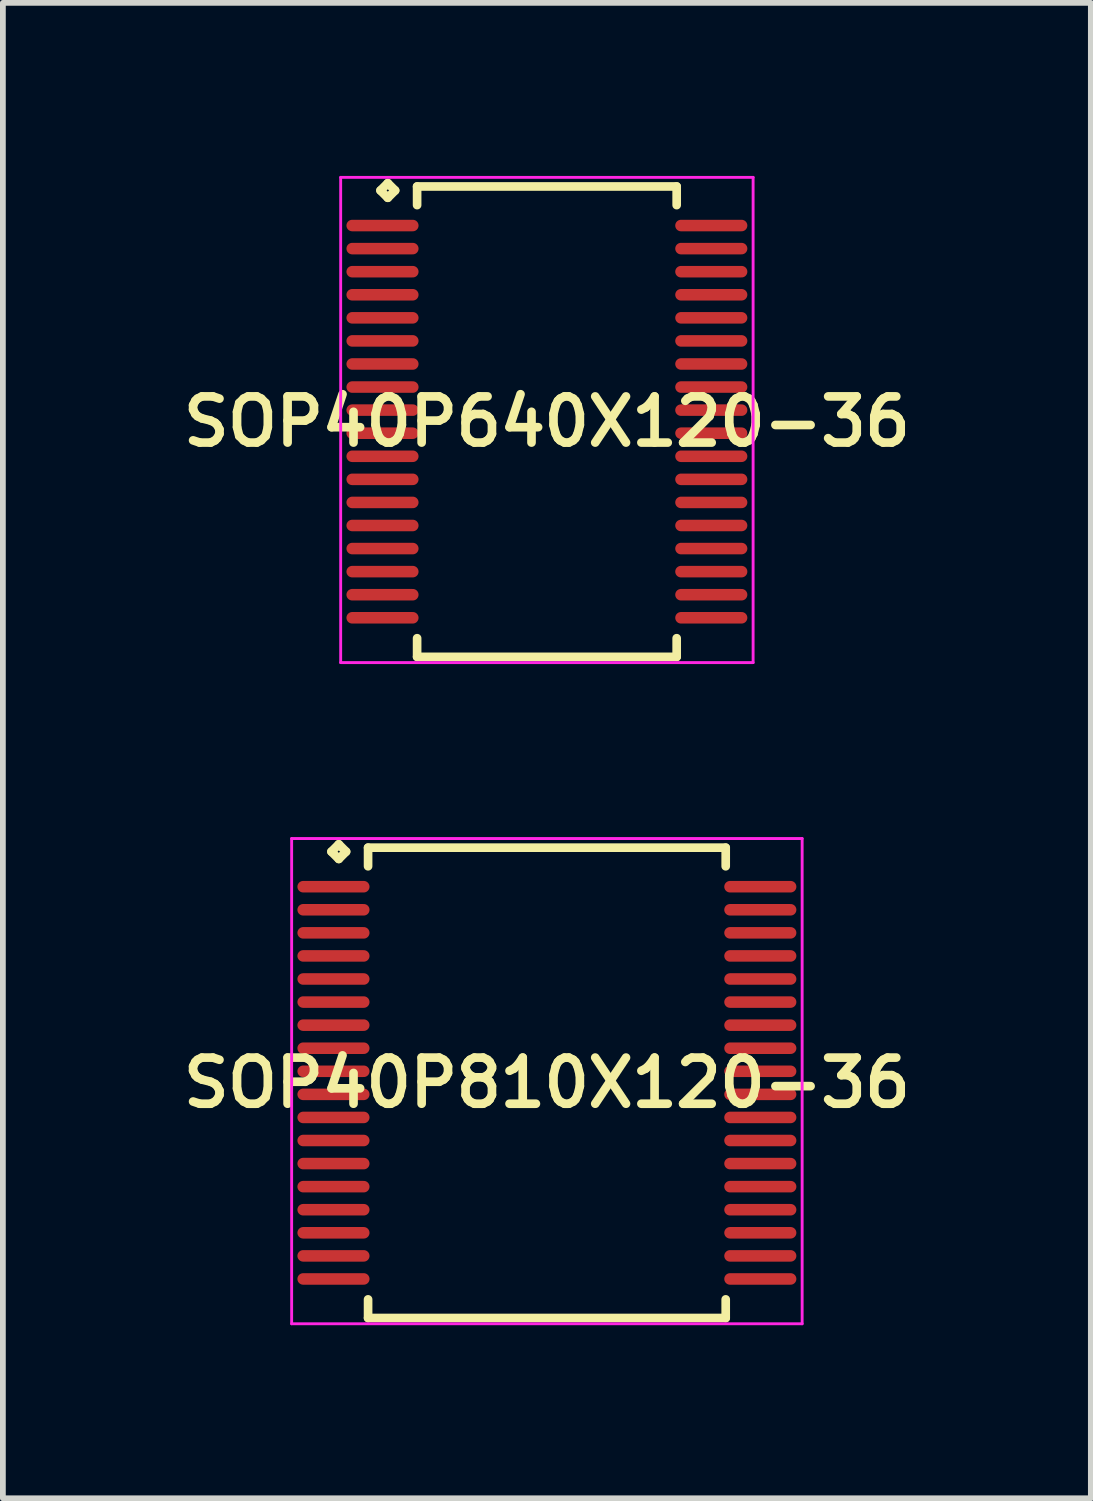
<source format=kicad_pcb>
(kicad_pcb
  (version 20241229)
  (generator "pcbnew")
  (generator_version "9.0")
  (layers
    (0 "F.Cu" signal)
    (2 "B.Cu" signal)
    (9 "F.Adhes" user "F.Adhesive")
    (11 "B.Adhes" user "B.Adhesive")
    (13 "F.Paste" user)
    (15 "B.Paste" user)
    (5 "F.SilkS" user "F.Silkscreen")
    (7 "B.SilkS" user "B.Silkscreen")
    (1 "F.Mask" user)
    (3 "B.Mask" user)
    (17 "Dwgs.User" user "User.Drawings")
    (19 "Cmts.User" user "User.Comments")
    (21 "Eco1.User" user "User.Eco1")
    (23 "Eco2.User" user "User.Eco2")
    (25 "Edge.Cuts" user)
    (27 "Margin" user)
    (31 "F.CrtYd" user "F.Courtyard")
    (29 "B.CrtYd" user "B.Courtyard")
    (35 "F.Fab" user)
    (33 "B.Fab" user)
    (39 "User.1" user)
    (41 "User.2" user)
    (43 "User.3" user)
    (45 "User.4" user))
  (footprint "SOP40P810X120-36"
    (layer "F.Cu")
    (at 6.431 15.722)
    (property "Reference" "SOP40P810X120-36" (at 0 0 0) (layer "F.SilkS") (effects (font (size 0.8 0.8) (thickness 0.15))))
    (attr smd)
    (fp_line (start -3.735 -4.008) (end -3.608 -4.135) (stroke (width 0.15) (type solid)) (layer "F.SilkS"))
    (fp_line (start -3.608 -4.135) (end -3.481 -4.008) (stroke (width 0.15) (type solid)) (layer "F.SilkS"))
    (fp_line (start -3.608 -3.881) (end -3.735 -4.008) (stroke (width 0.15) (type solid)) (layer "F.SilkS"))
    (fp_line (start -3.481 -4.008) (end -3.608 -3.881) (stroke (width 0.15) (type solid)) (layer "F.SilkS"))
    (fp_line (start -3.1 -4.077) (end 3.1 -4.077) (stroke (width 0.15) (type solid)) (layer "F.SilkS"))
    (fp_line (start -3.1 -3.754) (end -3.1 -4.077) (stroke (width 0.15) (type solid)) (layer "F.SilkS"))
    (fp_line (start -3.1 3.754) (end -3.1 4.077) (stroke (width 0.15) (type solid)) (layer "F.SilkS"))
    (fp_line (start -3.1 4.077) (end 3.1 4.077) (stroke (width 0.15) (type solid)) (layer "F.SilkS"))
    (fp_line (start 3.1 -4.077) (end 3.1 -3.754) (stroke (width 0.15) (type solid)) (layer "F.SilkS"))
    (fp_line (start 3.1 4.077) (end 3.1 3.754) (stroke (width 0.15) (type solid)) (layer "F.SilkS"))
    (fp_line (start -4.425 -4.235) (end 4.425 -4.235) (stroke (width 0.05) (type solid)) (layer "F.CrtYd"))
    (fp_line (start -4.425 4.177) (end -4.425 -4.235) (stroke (width 0.05) (type solid)) (layer "F.CrtYd"))
    (fp_line (start 4.425 -4.235) (end 4.425 4.177) (stroke (width 0.05) (type solid)) (layer "F.CrtYd"))
    (fp_line (start 4.425 4.177) (end -4.425 4.177) (stroke (width 0.05) (type solid)) (layer "F.CrtYd"))
    (pad "1" smd oval (at -3.7 -3.4) (size 1.25 0.2) (layers "F.Cu" "F.Mask" "F.Paste"))
    (pad "2" smd oval (at -3.7 -3) (size 1.25 0.2) (layers "F.Cu" "F.Mask" "F.Paste"))
    (pad "3" smd oval (at -3.7 -2.6) (size 1.25 0.2) (layers "F.Cu" "F.Mask" "F.Paste"))
    (pad "4" smd oval (at -3.7 -2.2) (size 1.25 0.2) (layers "F.Cu" "F.Mask" "F.Paste"))
    (pad "5" smd oval (at -3.7 -1.8) (size 1.25 0.2) (layers "F.Cu" "F.Mask" "F.Paste"))
    (pad "6" smd oval (at -3.7 -1.4) (size 1.25 0.2) (layers "F.Cu" "F.Mask" "F.Paste"))
    (pad "7" smd oval (at -3.7 -1) (size 1.25 0.2) (layers "F.Cu" "F.Mask" "F.Paste"))
    (pad "8" smd oval (at -3.7 -0.6) (size 1.25 0.2) (layers "F.Cu" "F.Mask" "F.Paste"))
    (pad "9" smd oval (at -3.7 -0.2) (size 1.25 0.2) (layers "F.Cu" "F.Mask" "F.Paste"))
    (pad "10" smd oval (at -3.7 0.2) (size 1.25 0.2) (layers "F.Cu" "F.Mask" "F.Paste"))
    (pad "11" smd oval (at -3.7 0.6) (size 1.25 0.2) (layers "F.Cu" "F.Mask" "F.Paste"))
    (pad "12" smd oval (at -3.7 1) (size 1.25 0.2) (layers "F.Cu" "F.Mask" "F.Paste"))
    (pad "13" smd oval (at -3.7 1.4) (size 1.25 0.2) (layers "F.Cu" "F.Mask" "F.Paste"))
    (pad "14" smd oval (at -3.7 1.8) (size 1.25 0.2) (layers "F.Cu" "F.Mask" "F.Paste"))
    (pad "15" smd oval (at -3.7 2.2) (size 1.25 0.2) (layers "F.Cu" "F.Mask" "F.Paste"))
    (pad "16" smd oval (at -3.7 2.6) (size 1.25 0.2) (layers "F.Cu" "F.Mask" "F.Paste"))
    (pad "17" smd oval (at -3.7 3) (size 1.25 0.2) (layers "F.Cu" "F.Mask" "F.Paste"))
    (pad "18" smd oval (at -3.7 3.4) (size 1.25 0.2) (layers "F.Cu" "F.Mask" "F.Paste"))
    (pad "19" smd oval (at 3.7 3.4) (size 1.25 0.2) (layers "F.Cu" "F.Mask" "F.Paste"))
    (pad "20" smd oval (at 3.7 3) (size 1.25 0.2) (layers "F.Cu" "F.Mask" "F.Paste"))
    (pad "21" smd oval (at 3.7 2.6) (size 1.25 0.2) (layers "F.Cu" "F.Mask" "F.Paste"))
    (pad "22" smd oval (at 3.7 2.2) (size 1.25 0.2) (layers "F.Cu" "F.Mask" "F.Paste"))
    (pad "23" smd oval (at 3.7 1.8) (size 1.25 0.2) (layers "F.Cu" "F.Mask" "F.Paste"))
    (pad "24" smd oval (at 3.7 1.4) (size 1.25 0.2) (layers "F.Cu" "F.Mask" "F.Paste"))
    (pad "25" smd oval (at 3.7 1) (size 1.25 0.2) (layers "F.Cu" "F.Mask" "F.Paste"))
    (pad "26" smd oval (at 3.7 0.6) (size 1.25 0.2) (layers "F.Cu" "F.Mask" "F.Paste"))
    (pad "27" smd oval (at 3.7 0.2) (size 1.25 0.2) (layers "F.Cu" "F.Mask" "F.Paste"))
    (pad "28" smd oval (at 3.7 -0.2) (size 1.25 0.2) (layers "F.Cu" "F.Mask" "F.Paste"))
    (pad "29" smd oval (at 3.7 -0.6) (size 1.25 0.2) (layers "F.Cu" "F.Mask" "F.Paste"))
    (pad "30" smd oval (at 3.7 -1) (size 1.25 0.2) (layers "F.Cu" "F.Mask" "F.Paste"))
    (pad "31" smd oval (at 3.7 -1.4) (size 1.25 0.2) (layers "F.Cu" "F.Mask" "F.Paste"))
    (pad "32" smd oval (at 3.7 -1.8) (size 1.25 0.2) (layers "F.Cu" "F.Mask" "F.Paste"))
    (pad "33" smd oval (at 3.7 -2.2) (size 1.25 0.2) (layers "F.Cu" "F.Mask" "F.Paste"))
    (pad "34" smd oval (at 3.7 -2.6) (size 1.25 0.2) (layers "F.Cu" "F.Mask" "F.Paste"))
    (pad "35" smd oval (at 3.7 -3) (size 1.25 0.2) (layers "F.Cu" "F.Mask" "F.Paste"))
    (pad "36" smd oval (at 3.7 -3.4) (size 1.25 0.2) (layers "F.Cu" "F.Mask" "F.Paste")))
  (footprint "SOP40P640X120-36"
    (layer "F.Cu")
    (at 6.431 4.26)
    (property "Reference" "SOP40P640X120-36" (at 0 0 0) (layer "F.SilkS") (effects (font (size 0.8 0.8) (thickness 0.15))))
    (attr smd)
    (fp_line (start -2.885 -4.008) (end -2.758 -4.135) (stroke (width 0.15) (type solid)) (layer "F.SilkS"))
    (fp_line (start -2.758 -4.135) (end -2.631 -4.008) (stroke (width 0.15) (type solid)) (layer "F.SilkS"))
    (fp_line (start -2.758 -3.881) (end -2.885 -4.008) (stroke (width 0.15) (type solid)) (layer "F.SilkS"))
    (fp_line (start -2.631 -4.008) (end -2.758 -3.881) (stroke (width 0.15) (type solid)) (layer "F.SilkS"))
    (fp_line (start -2.25 -4.077) (end 2.25 -4.077) (stroke (width 0.15) (type solid)) (layer "F.SilkS"))
    (fp_line (start -2.25 -3.754) (end -2.25 -4.077) (stroke (width 0.15) (type solid)) (layer "F.SilkS"))
    (fp_line (start -2.25 3.754) (end -2.25 4.077) (stroke (width 0.15) (type solid)) (layer "F.SilkS"))
    (fp_line (start -2.25 4.077) (end 2.25 4.077) (stroke (width 0.15) (type solid)) (layer "F.SilkS"))
    (fp_line (start 2.25 -4.077) (end 2.25 -3.754) (stroke (width 0.15) (type solid)) (layer "F.SilkS"))
    (fp_line (start 2.25 4.077) (end 2.25 3.754) (stroke (width 0.15) (type solid)) (layer "F.SilkS"))
    (fp_line (start -3.575 -4.235) (end 3.575 -4.235) (stroke (width 0.05) (type solid)) (layer "F.CrtYd"))
    (fp_line (start -3.575 4.177) (end -3.575 -4.235) (stroke (width 0.05) (type solid)) (layer "F.CrtYd"))
    (fp_line (start 3.575 -4.235) (end 3.575 4.177) (stroke (width 0.05) (type solid)) (layer "F.CrtYd"))
    (fp_line (start 3.575 4.177) (end -3.575 4.177) (stroke (width 0.05) (type solid)) (layer "F.CrtYd"))
    (pad "1" smd oval (at -2.85 -3.4) (size 1.25 0.2) (layers "F.Cu" "F.Mask" "F.Paste"))
    (pad "2" smd oval (at -2.85 -3) (size 1.25 0.2) (layers "F.Cu" "F.Mask" "F.Paste"))
    (pad "3" smd oval (at -2.85 -2.6) (size 1.25 0.2) (layers "F.Cu" "F.Mask" "F.Paste"))
    (pad "4" smd oval (at -2.85 -2.2) (size 1.25 0.2) (layers "F.Cu" "F.Mask" "F.Paste"))
    (pad "5" smd oval (at -2.85 -1.8) (size 1.25 0.2) (layers "F.Cu" "F.Mask" "F.Paste"))
    (pad "6" smd oval (at -2.85 -1.4) (size 1.25 0.2) (layers "F.Cu" "F.Mask" "F.Paste"))
    (pad "7" smd oval (at -2.85 -1) (size 1.25 0.2) (layers "F.Cu" "F.Mask" "F.Paste"))
    (pad "8" smd oval (at -2.85 -0.6) (size 1.25 0.2) (layers "F.Cu" "F.Mask" "F.Paste"))
    (pad "9" smd oval (at -2.85 -0.2) (size 1.25 0.2) (layers "F.Cu" "F.Mask" "F.Paste"))
    (pad "10" smd oval (at -2.85 0.2) (size 1.25 0.2) (layers "F.Cu" "F.Mask" "F.Paste"))
    (pad "11" smd oval (at -2.85 0.6) (size 1.25 0.2) (layers "F.Cu" "F.Mask" "F.Paste"))
    (pad "12" smd oval (at -2.85 1) (size 1.25 0.2) (layers "F.Cu" "F.Mask" "F.Paste"))
    (pad "13" smd oval (at -2.85 1.4) (size 1.25 0.2) (layers "F.Cu" "F.Mask" "F.Paste"))
    (pad "14" smd oval (at -2.85 1.8) (size 1.25 0.2) (layers "F.Cu" "F.Mask" "F.Paste"))
    (pad "15" smd oval (at -2.85 2.2) (size 1.25 0.2) (layers "F.Cu" "F.Mask" "F.Paste"))
    (pad "16" smd oval (at -2.85 2.6) (size 1.25 0.2) (layers "F.Cu" "F.Mask" "F.Paste"))
    (pad "17" smd oval (at -2.85 3) (size 1.25 0.2) (layers "F.Cu" "F.Mask" "F.Paste"))
    (pad "18" smd oval (at -2.85 3.4) (size 1.25 0.2) (layers "F.Cu" "F.Mask" "F.Paste"))
    (pad "19" smd oval (at 2.85 3.4) (size 1.25 0.2) (layers "F.Cu" "F.Mask" "F.Paste"))
    (pad "20" smd oval (at 2.85 3) (size 1.25 0.2) (layers "F.Cu" "F.Mask" "F.Paste"))
    (pad "21" smd oval (at 2.85 2.6) (size 1.25 0.2) (layers "F.Cu" "F.Mask" "F.Paste"))
    (pad "22" smd oval (at 2.85 2.2) (size 1.25 0.2) (layers "F.Cu" "F.Mask" "F.Paste"))
    (pad "23" smd oval (at 2.85 1.8) (size 1.25 0.2) (layers "F.Cu" "F.Mask" "F.Paste"))
    (pad "24" smd oval (at 2.85 1.4) (size 1.25 0.2) (layers "F.Cu" "F.Mask" "F.Paste"))
    (pad "25" smd oval (at 2.85 1) (size 1.25 0.2) (layers "F.Cu" "F.Mask" "F.Paste"))
    (pad "26" smd oval (at 2.85 0.6) (size 1.25 0.2) (layers "F.Cu" "F.Mask" "F.Paste"))
    (pad "27" smd oval (at 2.85 0.2) (size 1.25 0.2) (layers "F.Cu" "F.Mask" "F.Paste"))
    (pad "28" smd oval (at 2.85 -0.2) (size 1.25 0.2) (layers "F.Cu" "F.Mask" "F.Paste"))
    (pad "29" smd oval (at 2.85 -0.6) (size 1.25 0.2) (layers "F.Cu" "F.Mask" "F.Paste"))
    (pad "30" smd oval (at 2.85 -1) (size 1.25 0.2) (layers "F.Cu" "F.Mask" "F.Paste"))
    (pad "31" smd oval (at 2.85 -1.4) (size 1.25 0.2) (layers "F.Cu" "F.Mask" "F.Paste"))
    (pad "32" smd oval (at 2.85 -1.8) (size 1.25 0.2) (layers "F.Cu" "F.Mask" "F.Paste"))
    (pad "33" smd oval (at 2.85 -2.2) (size 1.25 0.2) (layers "F.Cu" "F.Mask" "F.Paste"))
    (pad "34" smd oval (at 2.85 -2.6) (size 1.25 0.2) (layers "F.Cu" "F.Mask" "F.Paste"))
    (pad "35" smd oval (at 2.85 -3) (size 1.25 0.2) (layers "F.Cu" "F.Mask" "F.Paste"))
    (pad "36" smd oval (at 2.85 -3.4) (size 1.25 0.2) (layers "F.Cu" "F.Mask" "F.Paste")))
  (gr_rect
    (start -3 -3)
    (end 15.861 22.924)
    (stroke (width 0.1) (type default))
    (fill no)
    (layer "Edge.Cuts")))
</source>
